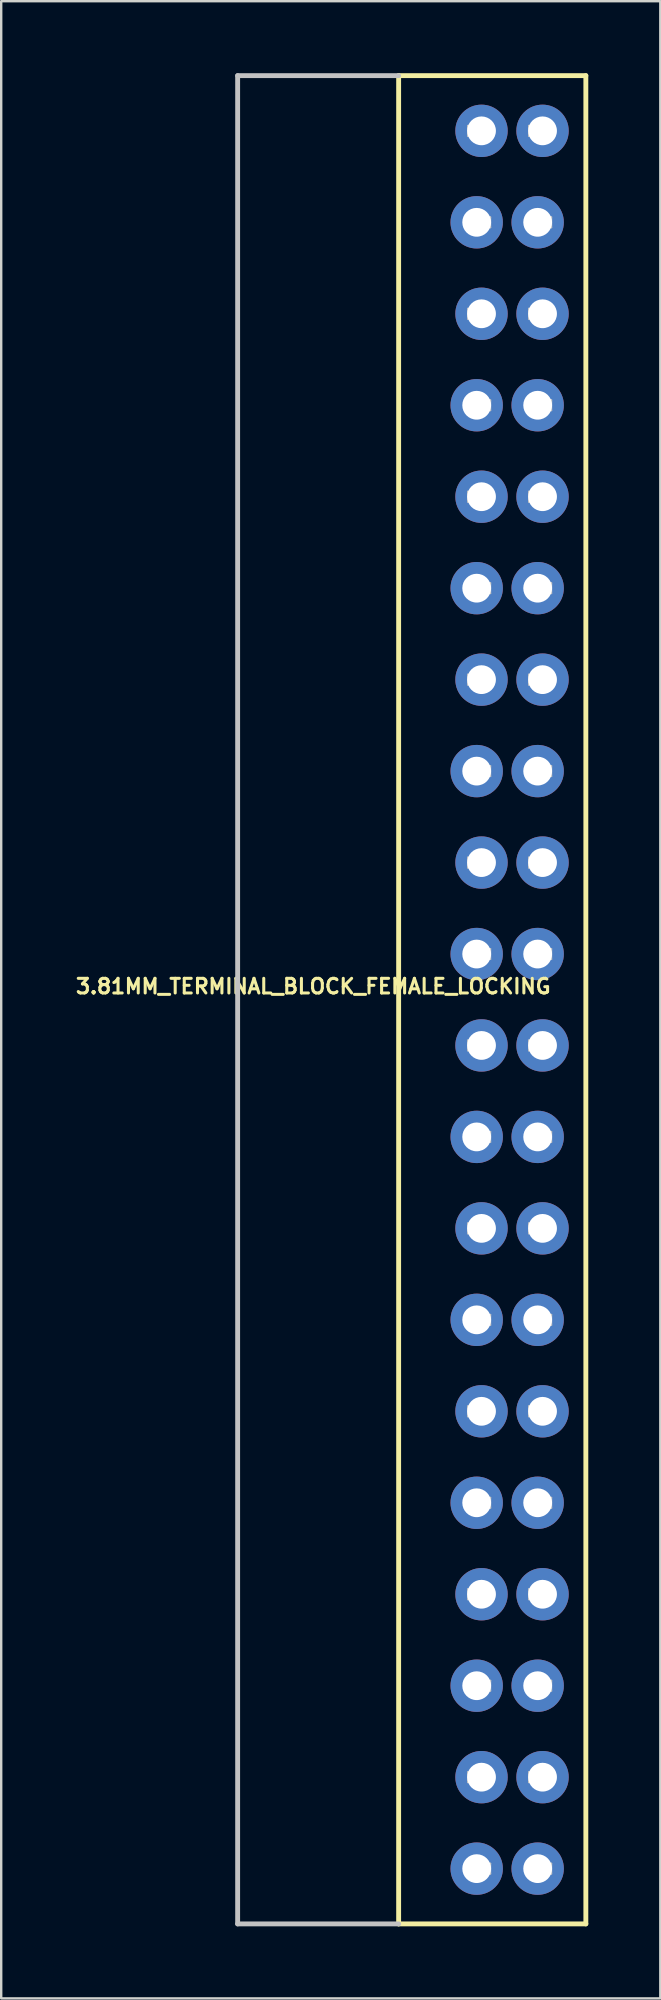
<source format=kicad_pcb>
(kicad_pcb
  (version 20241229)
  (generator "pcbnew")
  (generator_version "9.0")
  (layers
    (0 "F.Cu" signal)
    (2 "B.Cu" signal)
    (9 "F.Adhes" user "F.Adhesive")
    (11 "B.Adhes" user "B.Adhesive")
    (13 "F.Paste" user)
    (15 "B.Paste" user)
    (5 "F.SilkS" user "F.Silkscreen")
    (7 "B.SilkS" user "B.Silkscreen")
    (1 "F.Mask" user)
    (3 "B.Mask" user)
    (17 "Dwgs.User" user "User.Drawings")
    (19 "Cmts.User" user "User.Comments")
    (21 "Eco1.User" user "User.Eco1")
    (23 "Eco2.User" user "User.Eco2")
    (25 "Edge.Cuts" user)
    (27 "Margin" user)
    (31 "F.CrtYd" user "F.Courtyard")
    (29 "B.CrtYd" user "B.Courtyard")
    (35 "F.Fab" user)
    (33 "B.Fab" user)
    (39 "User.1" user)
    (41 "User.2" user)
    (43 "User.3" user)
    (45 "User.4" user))
  (footprint "3.81MM_TERMINAL_BLOCK_FEMALE_LOCKING"
    (layer "F.Cu")
    (at 14.825 38.595)
    (property "Reference" "3.81MM_TERMINAL_BLOCK_FEMALE_LOCKING" (at -4.826 -0.559 0) (layer "F.SilkS") (effects (font (size 0.61 0.61) (thickness 0.127))))
    (attr exclude_from_pos_files exclude_from_bom)
    (fp_line (start -1.27 -38.494) (end -1.27 38.494) (stroke (width 0.203) (type solid)) (layer "F.SilkS"))
    (fp_line (start -1.27 -38.494) (end 6.528 -38.494) (stroke (width 0.203) (type solid)) (layer "F.SilkS"))
    (fp_line (start -1.27 38.494) (end 6.528 38.494) (stroke (width 0.203) (type solid)) (layer "F.SilkS"))
    (fp_line (start 6.528 38.494) (end 6.528 -38.494) (stroke (width 0.203) (type solid)) (layer "F.SilkS"))
    (fp_line (start -7.976 -38.494) (end -7.976 38.494) (stroke (width 0.203) (type solid)) (layer "Dwgs.User"))
    (fp_line (start -1.27 -38.494) (end -7.976 -38.494) (stroke (width 0.203) (type solid)) (layer "Dwgs.User"))
    (fp_line (start -1.27 38.494) (end -7.976 38.494) (stroke (width 0.203) (type solid)) (layer "Dwgs.User"))
    (fp_line (start 1.613 -36.411) (end 2.553 -36.411) (stroke (width 0.066) (type solid)) (layer "Dwgs.User"))
    (fp_line (start 1.613 -35.979) (end 1.613 -36.411) (stroke (width 0.066) (type solid)) (layer "Dwgs.User"))
    (fp_line (start 1.613 -35.979) (end 2.553 -35.979) (stroke (width 0.066) (type solid)) (layer "Dwgs.User"))
    (fp_line (start 1.613 -32.601) (end 2.553 -32.601) (stroke (width 0.066) (type solid)) (layer "Dwgs.User"))
    (fp_line (start 1.613 -32.169) (end 1.613 -32.601) (stroke (width 0.066) (type solid)) (layer "Dwgs.User"))
    (fp_line (start 1.613 -32.169) (end 2.553 -32.169) (stroke (width 0.066) (type solid)) (layer "Dwgs.User"))
    (fp_line (start 1.613 -28.791) (end 2.553 -28.791) (stroke (width 0.066) (type solid)) (layer "Dwgs.User"))
    (fp_line (start 1.613 -28.359) (end 1.613 -28.791) (stroke (width 0.066) (type solid)) (layer "Dwgs.User"))
    (fp_line (start 1.613 -28.359) (end 2.553 -28.359) (stroke (width 0.066) (type solid)) (layer "Dwgs.User"))
    (fp_line (start 1.613 -24.981) (end 2.553 -24.981) (stroke (width 0.066) (type solid)) (layer "Dwgs.User"))
    (fp_line (start 1.613 -24.549) (end 1.613 -24.981) (stroke (width 0.066) (type solid)) (layer "Dwgs.User"))
    (fp_line (start 1.613 -24.549) (end 2.553 -24.549) (stroke (width 0.066) (type solid)) (layer "Dwgs.User"))
    (fp_line (start 1.613 -21.171) (end 2.553 -21.171) (stroke (width 0.066) (type solid)) (layer "Dwgs.User"))
    (fp_line (start 1.613 -20.739) (end 1.613 -21.171) (stroke (width 0.066) (type solid)) (layer "Dwgs.User"))
    (fp_line (start 1.613 -20.739) (end 2.553 -20.739) (stroke (width 0.066) (type solid)) (layer "Dwgs.User"))
    (fp_line (start 1.613 -17.361) (end 2.553 -17.361) (stroke (width 0.066) (type solid)) (layer "Dwgs.User"))
    (fp_line (start 1.613 -16.929) (end 1.613 -17.361) (stroke (width 0.066) (type solid)) (layer "Dwgs.User"))
    (fp_line (start 1.613 -16.929) (end 2.553 -16.929) (stroke (width 0.066) (type solid)) (layer "Dwgs.User"))
    (fp_line (start 1.613 -13.551) (end 2.553 -13.551) (stroke (width 0.066) (type solid)) (layer "Dwgs.User"))
    (fp_line (start 1.613 -13.119) (end 1.613 -13.551) (stroke (width 0.066) (type solid)) (layer "Dwgs.User"))
    (fp_line (start 1.613 -13.119) (end 2.553 -13.119) (stroke (width 0.066) (type solid)) (layer "Dwgs.User"))
    (fp_line (start 1.613 -9.741) (end 2.553 -9.741) (stroke (width 0.066) (type solid)) (layer "Dwgs.User"))
    (fp_line (start 1.613 -9.309) (end 1.613 -9.741) (stroke (width 0.066) (type solid)) (layer "Dwgs.User"))
    (fp_line (start 1.613 -9.309) (end 2.553 -9.309) (stroke (width 0.066) (type solid)) (layer "Dwgs.User"))
    (fp_line (start 1.613 -5.931) (end 2.553 -5.931) (stroke (width 0.066) (type solid)) (layer "Dwgs.User"))
    (fp_line (start 1.613 -5.499) (end 1.613 -5.931) (stroke (width 0.066) (type solid)) (layer "Dwgs.User"))
    (fp_line (start 1.613 -5.499) (end 2.553 -5.499) (stroke (width 0.066) (type solid)) (layer "Dwgs.User"))
    (fp_line (start 1.613 -2.121) (end 2.553 -2.121) (stroke (width 0.066) (type solid)) (layer "Dwgs.User"))
    (fp_line (start 1.613 -1.689) (end 1.613 -2.121) (stroke (width 0.066) (type solid)) (layer "Dwgs.User"))
    (fp_line (start 1.613 -1.689) (end 2.553 -1.689) (stroke (width 0.066) (type solid)) (layer "Dwgs.User"))
    (fp_line (start 1.613 1.687) (end 2.553 1.687) (stroke (width 0.066) (type solid)) (layer "Dwgs.User"))
    (fp_line (start 1.613 2.118) (end 1.613 1.687) (stroke (width 0.066) (type solid)) (layer "Dwgs.User"))
    (fp_line (start 1.613 2.118) (end 2.553 2.118) (stroke (width 0.066) (type solid)) (layer "Dwgs.User"))
    (fp_line (start 1.613 5.497) (end 2.553 5.497) (stroke (width 0.066) (type solid)) (layer "Dwgs.User"))
    (fp_line (start 1.613 5.928) (end 1.613 5.497) (stroke (width 0.066) (type solid)) (layer "Dwgs.User"))
    (fp_line (start 1.613 5.928) (end 2.553 5.928) (stroke (width 0.066) (type solid)) (layer "Dwgs.User"))
    (fp_line (start 1.613 9.307) (end 2.553 9.307) (stroke (width 0.066) (type solid)) (layer "Dwgs.User"))
    (fp_line (start 1.613 9.738) (end 1.613 9.307) (stroke (width 0.066) (type solid)) (layer "Dwgs.User"))
    (fp_line (start 1.613 9.738) (end 2.553 9.738) (stroke (width 0.066) (type solid)) (layer "Dwgs.User"))
    (fp_line (start 1.613 13.117) (end 2.553 13.117) (stroke (width 0.066) (type solid)) (layer "Dwgs.User"))
    (fp_line (start 1.613 13.548) (end 1.613 13.117) (stroke (width 0.066) (type solid)) (layer "Dwgs.User"))
    (fp_line (start 1.613 13.548) (end 2.553 13.548) (stroke (width 0.066) (type solid)) (layer "Dwgs.User"))
    (fp_line (start 1.613 16.927) (end 2.553 16.927) (stroke (width 0.066) (type solid)) (layer "Dwgs.User"))
    (fp_line (start 1.613 17.358) (end 1.613 16.927) (stroke (width 0.066) (type solid)) (layer "Dwgs.User"))
    (fp_line (start 1.613 17.358) (end 2.553 17.358) (stroke (width 0.066) (type solid)) (layer "Dwgs.User"))
    (fp_line (start 1.613 20.737) (end 2.553 20.737) (stroke (width 0.066) (type solid)) (layer "Dwgs.User"))
    (fp_line (start 1.613 21.168) (end 1.613 20.737) (stroke (width 0.066) (type solid)) (layer "Dwgs.User"))
    (fp_line (start 1.613 21.168) (end 2.553 21.168) (stroke (width 0.066) (type solid)) (layer "Dwgs.User"))
    (fp_line (start 1.613 24.547) (end 2.553 24.547) (stroke (width 0.066) (type solid)) (layer "Dwgs.User"))
    (fp_line (start 1.613 24.978) (end 1.613 24.547) (stroke (width 0.066) (type solid)) (layer "Dwgs.User"))
    (fp_line (start 1.613 24.978) (end 2.553 24.978) (stroke (width 0.066) (type solid)) (layer "Dwgs.User"))
    (fp_line (start 1.613 28.357) (end 2.553 28.357) (stroke (width 0.066) (type solid)) (layer "Dwgs.User"))
    (fp_line (start 1.613 28.788) (end 1.613 28.357) (stroke (width 0.066) (type solid)) (layer "Dwgs.User"))
    (fp_line (start 1.613 28.788) (end 2.553 28.788) (stroke (width 0.066) (type solid)) (layer "Dwgs.User"))
    (fp_line (start 1.613 32.167) (end 2.553 32.167) (stroke (width 0.066) (type solid)) (layer "Dwgs.User"))
    (fp_line (start 1.613 32.598) (end 1.613 32.167) (stroke (width 0.066) (type solid)) (layer "Dwgs.User"))
    (fp_line (start 1.613 32.598) (end 2.553 32.598) (stroke (width 0.066) (type solid)) (layer "Dwgs.User"))
    (fp_line (start 1.613 35.977) (end 2.553 35.977) (stroke (width 0.066) (type solid)) (layer "Dwgs.User"))
    (fp_line (start 1.613 36.408) (end 1.613 35.977) (stroke (width 0.066) (type solid)) (layer "Dwgs.User"))
    (fp_line (start 1.613 36.408) (end 2.553 36.408) (stroke (width 0.066) (type solid)) (layer "Dwgs.User"))
    (fp_line (start 2.553 -35.979) (end 2.553 -36.411) (stroke (width 0.066) (type solid)) (layer "Dwgs.User"))
    (fp_line (start 2.553 -32.169) (end 2.553 -32.601) (stroke (width 0.066) (type solid)) (layer "Dwgs.User"))
    (fp_line (start 2.553 -28.359) (end 2.553 -28.791) (stroke (width 0.066) (type solid)) (layer "Dwgs.User"))
    (fp_line (start 2.553 -24.549) (end 2.553 -24.981) (stroke (width 0.066) (type solid)) (layer "Dwgs.User"))
    (fp_line (start 2.553 -20.739) (end 2.553 -21.171) (stroke (width 0.066) (type solid)) (layer "Dwgs.User"))
    (fp_line (start 2.553 -16.929) (end 2.553 -17.361) (stroke (width 0.066) (type solid)) (layer "Dwgs.User"))
    (fp_line (start 2.553 -13.119) (end 2.553 -13.551) (stroke (width 0.066) (type solid)) (layer "Dwgs.User"))
    (fp_line (start 2.553 -9.309) (end 2.553 -9.741) (stroke (width 0.066) (type solid)) (layer "Dwgs.User"))
    (fp_line (start 2.553 -5.499) (end 2.553 -5.931) (stroke (width 0.066) (type solid)) (layer "Dwgs.User"))
    (fp_line (start 2.553 -1.689) (end 2.553 -2.121) (stroke (width 0.066) (type solid)) (layer "Dwgs.User"))
    (fp_line (start 2.553 2.118) (end 2.553 1.687) (stroke (width 0.066) (type solid)) (layer "Dwgs.User"))
    (fp_line (start 2.553 5.928) (end 2.553 5.497) (stroke (width 0.066) (type solid)) (layer "Dwgs.User"))
    (fp_line (start 2.553 9.738) (end 2.553 9.307) (stroke (width 0.066) (type solid)) (layer "Dwgs.User"))
    (fp_line (start 2.553 13.548) (end 2.553 13.117) (stroke (width 0.066) (type solid)) (layer "Dwgs.User"))
    (fp_line (start 2.553 17.358) (end 2.553 16.927) (stroke (width 0.066) (type solid)) (layer "Dwgs.User"))
    (fp_line (start 2.553 21.168) (end 2.553 20.737) (stroke (width 0.066) (type solid)) (layer "Dwgs.User"))
    (fp_line (start 2.553 24.978) (end 2.553 24.547) (stroke (width 0.066) (type solid)) (layer "Dwgs.User"))
    (fp_line (start 2.553 28.788) (end 2.553 28.357) (stroke (width 0.066) (type solid)) (layer "Dwgs.User"))
    (fp_line (start 2.553 32.598) (end 2.553 32.167) (stroke (width 0.066) (type solid)) (layer "Dwgs.User"))
    (fp_line (start 2.553 36.408) (end 2.553 35.977) (stroke (width 0.066) (type solid)) (layer "Dwgs.User"))
    (fp_line (start 4.153 -36.411) (end 5.093 -36.411) (stroke (width 0.066) (type solid)) (layer "Dwgs.User"))
    (fp_line (start 4.153 -35.979) (end 4.153 -36.411) (stroke (width 0.066) (type solid)) (layer "Dwgs.User"))
    (fp_line (start 4.153 -35.979) (end 5.093 -35.979) (stroke (width 0.066) (type solid)) (layer "Dwgs.User"))
    (fp_line (start 4.153 -32.601) (end 5.093 -32.601) (stroke (width 0.066) (type solid)) (layer "Dwgs.User"))
    (fp_line (start 4.153 -32.169) (end 4.153 -32.601) (stroke (width 0.066) (type solid)) (layer "Dwgs.User"))
    (fp_line (start 4.153 -32.169) (end 5.093 -32.169) (stroke (width 0.066) (type solid)) (layer "Dwgs.User"))
    (fp_line (start 4.153 -28.791) (end 5.093 -28.791) (stroke (width 0.066) (type solid)) (layer "Dwgs.User"))
    (fp_line (start 4.153 -28.359) (end 4.153 -28.791) (stroke (width 0.066) (type solid)) (layer "Dwgs.User"))
    (fp_line (start 4.153 -28.359) (end 5.093 -28.359) (stroke (width 0.066) (type solid)) (layer "Dwgs.User"))
    (fp_line (start 4.153 -24.981) (end 5.093 -24.981) (stroke (width 0.066) (type solid)) (layer "Dwgs.User"))
    (fp_line (start 4.153 -24.549) (end 4.153 -24.981) (stroke (width 0.066) (type solid)) (layer "Dwgs.User"))
    (fp_line (start 4.153 -24.549) (end 5.093 -24.549) (stroke (width 0.066) (type solid)) (layer "Dwgs.User"))
    (fp_line (start 4.153 -21.171) (end 5.093 -21.171) (stroke (width 0.066) (type solid)) (layer "Dwgs.User"))
    (fp_line (start 4.153 -20.739) (end 4.153 -21.171) (stroke (width 0.066) (type solid)) (layer "Dwgs.User"))
    (fp_line (start 4.153 -20.739) (end 5.093 -20.739) (stroke (width 0.066) (type solid)) (layer "Dwgs.User"))
    (fp_line (start 4.153 -17.361) (end 5.093 -17.361) (stroke (width 0.066) (type solid)) (layer "Dwgs.User"))
    (fp_line (start 4.153 -16.929) (end 4.153 -17.361) (stroke (width 0.066) (type solid)) (layer "Dwgs.User"))
    (fp_line (start 4.153 -16.929) (end 5.093 -16.929) (stroke (width 0.066) (type solid)) (layer "Dwgs.User"))
    (fp_line (start 4.153 -13.551) (end 5.093 -13.551) (stroke (width 0.066) (type solid)) (layer "Dwgs.User"))
    (fp_line (start 4.153 -13.119) (end 4.153 -13.551) (stroke (width 0.066) (type solid)) (layer "Dwgs.User"))
    (fp_line (start 4.153 -13.119) (end 5.093 -13.119) (stroke (width 0.066) (type solid)) (layer "Dwgs.User"))
    (fp_line (start 4.153 -9.741) (end 5.093 -9.741) (stroke (width 0.066) (type solid)) (layer "Dwgs.User"))
    (fp_line (start 4.153 -9.309) (end 4.153 -9.741) (stroke (width 0.066) (type solid)) (layer "Dwgs.User"))
    (fp_line (start 4.153 -9.309) (end 5.093 -9.309) (stroke (width 0.066) (type solid)) (layer "Dwgs.User"))
    (fp_line (start 4.153 -5.931) (end 5.093 -5.931) (stroke (width 0.066) (type solid)) (layer "Dwgs.User"))
    (fp_line (start 4.153 -5.499) (end 4.153 -5.931) (stroke (width 0.066) (type solid)) (layer "Dwgs.User"))
    (fp_line (start 4.153 -5.499) (end 5.093 -5.499) (stroke (width 0.066) (type solid)) (layer "Dwgs.User"))
    (fp_line (start 4.153 -2.121) (end 5.093 -2.121) (stroke (width 0.066) (type solid)) (layer "Dwgs.User"))
    (fp_line (start 4.153 -1.689) (end 4.153 -2.121) (stroke (width 0.066) (type solid)) (layer "Dwgs.User"))
    (fp_line (start 4.153 -1.689) (end 5.093 -1.689) (stroke (width 0.066) (type solid)) (layer "Dwgs.User"))
    (fp_line (start 4.153 1.687) (end 5.093 1.687) (stroke (width 0.066) (type solid)) (layer "Dwgs.User"))
    (fp_line (start 4.153 2.118) (end 4.153 1.687) (stroke (width 0.066) (type solid)) (layer "Dwgs.User"))
    (fp_line (start 4.153 2.118) (end 5.093 2.118) (stroke (width 0.066) (type solid)) (layer "Dwgs.User"))
    (fp_line (start 4.153 5.497) (end 5.093 5.497) (stroke (width 0.066) (type solid)) (layer "Dwgs.User"))
    (fp_line (start 4.153 5.928) (end 4.153 5.497) (stroke (width 0.066) (type solid)) (layer "Dwgs.User"))
    (fp_line (start 4.153 5.928) (end 5.093 5.928) (stroke (width 0.066) (type solid)) (layer "Dwgs.User"))
    (fp_line (start 4.153 9.307) (end 5.093 9.307) (stroke (width 0.066) (type solid)) (layer "Dwgs.User"))
    (fp_line (start 4.153 9.738) (end 4.153 9.307) (stroke (width 0.066) (type solid)) (layer "Dwgs.User"))
    (fp_line (start 4.153 9.738) (end 5.093 9.738) (stroke (width 0.066) (type solid)) (layer "Dwgs.User"))
    (fp_line (start 4.153 13.117) (end 5.093 13.117) (stroke (width 0.066) (type solid)) (layer "Dwgs.User"))
    (fp_line (start 4.153 13.548) (end 4.153 13.117) (stroke (width 0.066) (type solid)) (layer "Dwgs.User"))
    (fp_line (start 4.153 13.548) (end 5.093 13.548) (stroke (width 0.066) (type solid)) (layer "Dwgs.User"))
    (fp_line (start 4.153 16.927) (end 5.093 16.927) (stroke (width 0.066) (type solid)) (layer "Dwgs.User"))
    (fp_line (start 4.153 17.358) (end 4.153 16.927) (stroke (width 0.066) (type solid)) (layer "Dwgs.User"))
    (fp_line (start 4.153 17.358) (end 5.093 17.358) (stroke (width 0.066) (type solid)) (layer "Dwgs.User"))
    (fp_line (start 4.153 20.737) (end 5.093 20.737) (stroke (width 0.066) (type solid)) (layer "Dwgs.User"))
    (fp_line (start 4.153 21.168) (end 4.153 20.737) (stroke (width 0.066) (type solid)) (layer "Dwgs.User"))
    (fp_line (start 4.153 21.168) (end 5.093 21.168) (stroke (width 0.066) (type solid)) (layer "Dwgs.User"))
    (fp_line (start 4.153 24.547) (end 5.093 24.547) (stroke (width 0.066) (type solid)) (layer "Dwgs.User"))
    (fp_line (start 4.153 24.978) (end 4.153 24.547) (stroke (width 0.066) (type solid)) (layer "Dwgs.User"))
    (fp_line (start 4.153 24.978) (end 5.093 24.978) (stroke (width 0.066) (type solid)) (layer "Dwgs.User"))
    (fp_line (start 4.153 28.357) (end 5.093 28.357) (stroke (width 0.066) (type solid)) (layer "Dwgs.User"))
    (fp_line (start 4.153 28.788) (end 4.153 28.357) (stroke (width 0.066) (type solid)) (layer "Dwgs.User"))
    (fp_line (start 4.153 28.788) (end 5.093 28.788) (stroke (width 0.066) (type solid)) (layer "Dwgs.User"))
    (fp_line (start 4.153 32.167) (end 5.093 32.167) (stroke (width 0.066) (type solid)) (layer "Dwgs.User"))
    (fp_line (start 4.153 32.598) (end 4.153 32.167) (stroke (width 0.066) (type solid)) (layer "Dwgs.User"))
    (fp_line (start 4.153 32.598) (end 5.093 32.598) (stroke (width 0.066) (type solid)) (layer "Dwgs.User"))
    (fp_line (start 4.153 35.977) (end 5.093 35.977) (stroke (width 0.066) (type solid)) (layer "Dwgs.User"))
    (fp_line (start 4.153 36.408) (end 4.153 35.977) (stroke (width 0.066) (type solid)) (layer "Dwgs.User"))
    (fp_line (start 4.153 36.408) (end 5.093 36.408) (stroke (width 0.066) (type solid)) (layer "Dwgs.User"))
    (fp_line (start 5.093 -35.979) (end 5.093 -36.411) (stroke (width 0.066) (type solid)) (layer "Dwgs.User"))
    (fp_line (start 5.093 -32.169) (end 5.093 -32.601) (stroke (width 0.066) (type solid)) (layer "Dwgs.User"))
    (fp_line (start 5.093 -28.359) (end 5.093 -28.791) (stroke (width 0.066) (type solid)) (layer "Dwgs.User"))
    (fp_line (start 5.093 -24.549) (end 5.093 -24.981) (stroke (width 0.066) (type solid)) (layer "Dwgs.User"))
    (fp_line (start 5.093 -20.739) (end 5.093 -21.171) (stroke (width 0.066) (type solid)) (layer "Dwgs.User"))
    (fp_line (start 5.093 -16.929) (end 5.093 -17.361) (stroke (width 0.066) (type solid)) (layer "Dwgs.User"))
    (fp_line (start 5.093 -13.119) (end 5.093 -13.551) (stroke (width 0.066) (type solid)) (layer "Dwgs.User"))
    (fp_line (start 5.093 -9.309) (end 5.093 -9.741) (stroke (width 0.066) (type solid)) (layer "Dwgs.User"))
    (fp_line (start 5.093 -5.499) (end 5.093 -5.931) (stroke (width 0.066) (type solid)) (layer "Dwgs.User"))
    (fp_line (start 5.093 -1.689) (end 5.093 -2.121) (stroke (width 0.066) (type solid)) (layer "Dwgs.User"))
    (fp_line (start 5.093 2.118) (end 5.093 1.687) (stroke (width 0.066) (type solid)) (layer "Dwgs.User"))
    (fp_line (start 5.093 5.928) (end 5.093 5.497) (stroke (width 0.066) (type solid)) (layer "Dwgs.User"))
    (fp_line (start 5.093 9.738) (end 5.093 9.307) (stroke (width 0.066) (type solid)) (layer "Dwgs.User"))
    (fp_line (start 5.093 13.548) (end 5.093 13.117) (stroke (width 0.066) (type solid)) (layer "Dwgs.User"))
    (fp_line (start 5.093 17.358) (end 5.093 16.927) (stroke (width 0.066) (type solid)) (layer "Dwgs.User"))
    (fp_line (start 5.093 21.168) (end 5.093 20.737) (stroke (width 0.066) (type solid)) (layer "Dwgs.User"))
    (fp_line (start 5.093 24.978) (end 5.093 24.547) (stroke (width 0.066) (type solid)) (layer "Dwgs.User"))
    (fp_line (start 5.093 28.788) (end 5.093 28.357) (stroke (width 0.066) (type solid)) (layer "Dwgs.User"))
    (fp_line (start 5.093 32.598) (end 5.093 32.167) (stroke (width 0.066) (type solid)) (layer "Dwgs.User"))
    (fp_line (start 5.093 36.408) (end 5.093 35.977) (stroke (width 0.066) (type solid)) (layer "Dwgs.User"))
    (pad "1" thru_hole circle (at 4.521 36.192) (size 2.182 2.182) (drill 1.199) (layers "*.Cu" "*.Paste" "*.Mask"))
    (pad "2" thru_hole circle (at 4.724 32.382) (size 2.182 2.182) (drill 1.199) (layers "*.Cu" "*.Paste" "*.Mask"))
    (pad "3" thru_hole circle (at 4.521 28.572) (size 2.182 2.182) (drill 1.199) (layers "*.Cu" "*.Paste" "*.Mask"))
    (pad "4" thru_hole circle (at 4.724 24.762) (size 2.182 2.182) (drill 1.199) (layers "*.Cu" "*.Paste" "*.Mask"))
    (pad "5" thru_hole circle (at 4.521 20.952) (size 2.182 2.182) (drill 1.199) (layers "*.Cu" "*.Paste" "*.Mask"))
    (pad "6" thru_hole circle (at 4.724 17.142) (size 2.182 2.182) (drill 1.199) (layers "*.Cu" "*.Paste" "*.Mask"))
    (pad "7" thru_hole circle (at 4.521 13.332) (size 2.182 2.182) (drill 1.199) (layers "*.Cu" "*.Paste" "*.Mask"))
    (pad "8" thru_hole circle (at 4.724 9.522) (size 2.182 2.182) (drill 1.199) (layers "*.Cu" "*.Paste" "*.Mask"))
    (pad "9" thru_hole circle (at 4.521 5.712) (size 2.182 2.182) (drill 1.199) (layers "*.Cu" "*.Paste" "*.Mask"))
    (pad "10" thru_hole circle (at 4.724 1.902) (size 2.182 2.182) (drill 1.199) (layers "*.Cu" "*.Paste" "*.Mask"))
    (pad "11" thru_hole circle (at 4.521 -1.905) (size 2.182 2.182) (drill 1.199) (layers "*.Cu" "*.Paste" "*.Mask"))
    (pad "12" thru_hole circle (at 4.724 -5.715) (size 2.182 2.182) (drill 1.199) (layers "*.Cu" "*.Paste" "*.Mask"))
    (pad "13" thru_hole circle (at 4.521 -9.525) (size 2.182 2.182) (drill 1.199) (layers "*.Cu" "*.Paste" "*.Mask"))
    (pad "14" thru_hole circle (at 4.724 -13.335) (size 2.182 2.182) (drill 1.199) (layers "*.Cu" "*.Paste" "*.Mask"))
    (pad "15" thru_hole circle (at 4.521 -17.145) (size 2.182 2.182) (drill 1.199) (layers "*.Cu" "*.Paste" "*.Mask"))
    (pad "16" thru_hole circle (at 4.724 -20.955) (size 2.182 2.182) (drill 1.199) (layers "*.Cu" "*.Paste" "*.Mask"))
    (pad "17" thru_hole circle (at 4.521 -24.765) (size 2.182 2.182) (drill 1.199) (layers "*.Cu" "*.Paste" "*.Mask"))
    (pad "18" thru_hole circle (at 4.724 -28.575) (size 2.182 2.182) (drill 1.199) (layers "*.Cu" "*.Paste" "*.Mask"))
    (pad "19" thru_hole circle (at 4.521 -32.385) (size 2.182 2.182) (drill 1.199) (layers "*.Cu" "*.Paste" "*.Mask"))
    (pad "20" thru_hole circle (at 4.724 -36.195) (size 2.182 2.182) (drill 1.199) (layers "*.Cu" "*.Paste" "*.Mask"))
    (pad "@1" thru_hole circle (at 1.981 36.192) (size 2.182 2.182) (drill 1.199) (layers "*.Cu" "*.Paste" "*.Mask"))
    (pad "@2" thru_hole circle (at 2.182 32.382) (size 2.182 2.182) (drill 1.199) (layers "*.Cu" "*.Paste" "*.Mask"))
    (pad "@3" thru_hole circle (at 1.981 28.572) (size 2.182 2.182) (drill 1.199) (layers "*.Cu" "*.Paste" "*.Mask"))
    (pad "@4" thru_hole circle (at 2.182 24.762) (size 2.182 2.182) (drill 1.199) (layers "*.Cu" "*.Paste" "*.Mask"))
    (pad "@5" thru_hole circle (at 1.981 20.952) (size 2.182 2.182) (drill 1.199) (layers "*.Cu" "*.Paste" "*.Mask"))
    (pad "@6" thru_hole circle (at 2.182 17.142) (size 2.182 2.182) (drill 1.199) (layers "*.Cu" "*.Paste" "*.Mask"))
    (pad "@7" thru_hole circle (at 1.981 13.332) (size 2.182 2.182) (drill 1.199) (layers "*.Cu" "*.Paste" "*.Mask"))
    (pad "@8" thru_hole circle (at 2.182 9.522) (size 2.182 2.182) (drill 1.199) (layers "*.Cu" "*.Paste" "*.Mask"))
    (pad "@9" thru_hole circle (at 1.981 5.712) (size 2.182 2.182) (drill 1.199) (layers "*.Cu" "*.Paste" "*.Mask"))
    (pad "@10" thru_hole circle (at 2.182 1.902) (size 2.182 2.182) (drill 1.199) (layers "*.Cu" "*.Paste" "*.Mask"))
    (pad "@11" thru_hole circle (at 1.981 -1.905) (size 2.182 2.182) (drill 1.199) (layers "*.Cu" "*.Paste" "*.Mask"))
    (pad "@12" thru_hole circle (at 2.182 -5.715) (size 2.182 2.182) (drill 1.199) (layers "*.Cu" "*.Paste" "*.Mask"))
    (pad "@13" thru_hole circle (at 1.981 -9.525) (size 2.182 2.182) (drill 1.199) (layers "*.Cu" "*.Paste" "*.Mask"))
    (pad "@14" thru_hole circle (at 2.182 -13.335) (size 2.182 2.182) (drill 1.199) (layers "*.Cu" "*.Paste" "*.Mask"))
    (pad "@15" thru_hole circle (at 1.981 -17.145) (size 2.182 2.182) (drill 1.199) (layers "*.Cu" "*.Paste" "*.Mask"))
    (pad "@16" thru_hole circle (at 2.182 -20.955) (size 2.182 2.182) (drill 1.199) (layers "*.Cu" "*.Paste" "*.Mask"))
    (pad "@17" thru_hole circle (at 1.981 -24.765) (size 2.182 2.182) (drill 1.199) (layers "*.Cu" "*.Paste" "*.Mask"))
    (pad "@18" thru_hole circle (at 2.182 -28.575) (size 2.182 2.182) (drill 1.199) (layers "*.Cu" "*.Paste" "*.Mask"))
    (pad "@19" thru_hole circle (at 1.981 -32.385) (size 2.182 2.182) (drill 1.199) (layers "*.Cu" "*.Paste" "*.Mask"))
    (pad "@20" thru_hole circle (at 2.182 -36.195) (size 2.182 2.182) (drill 1.199) (layers "*.Cu" "*.Paste" "*.Mask")))
  (gr_rect
    (start -3 -3)
    (end 24.455 80.191)
    (stroke (width 0.1) (type default))
    (fill no)
    (layer "Edge.Cuts")))
</source>
